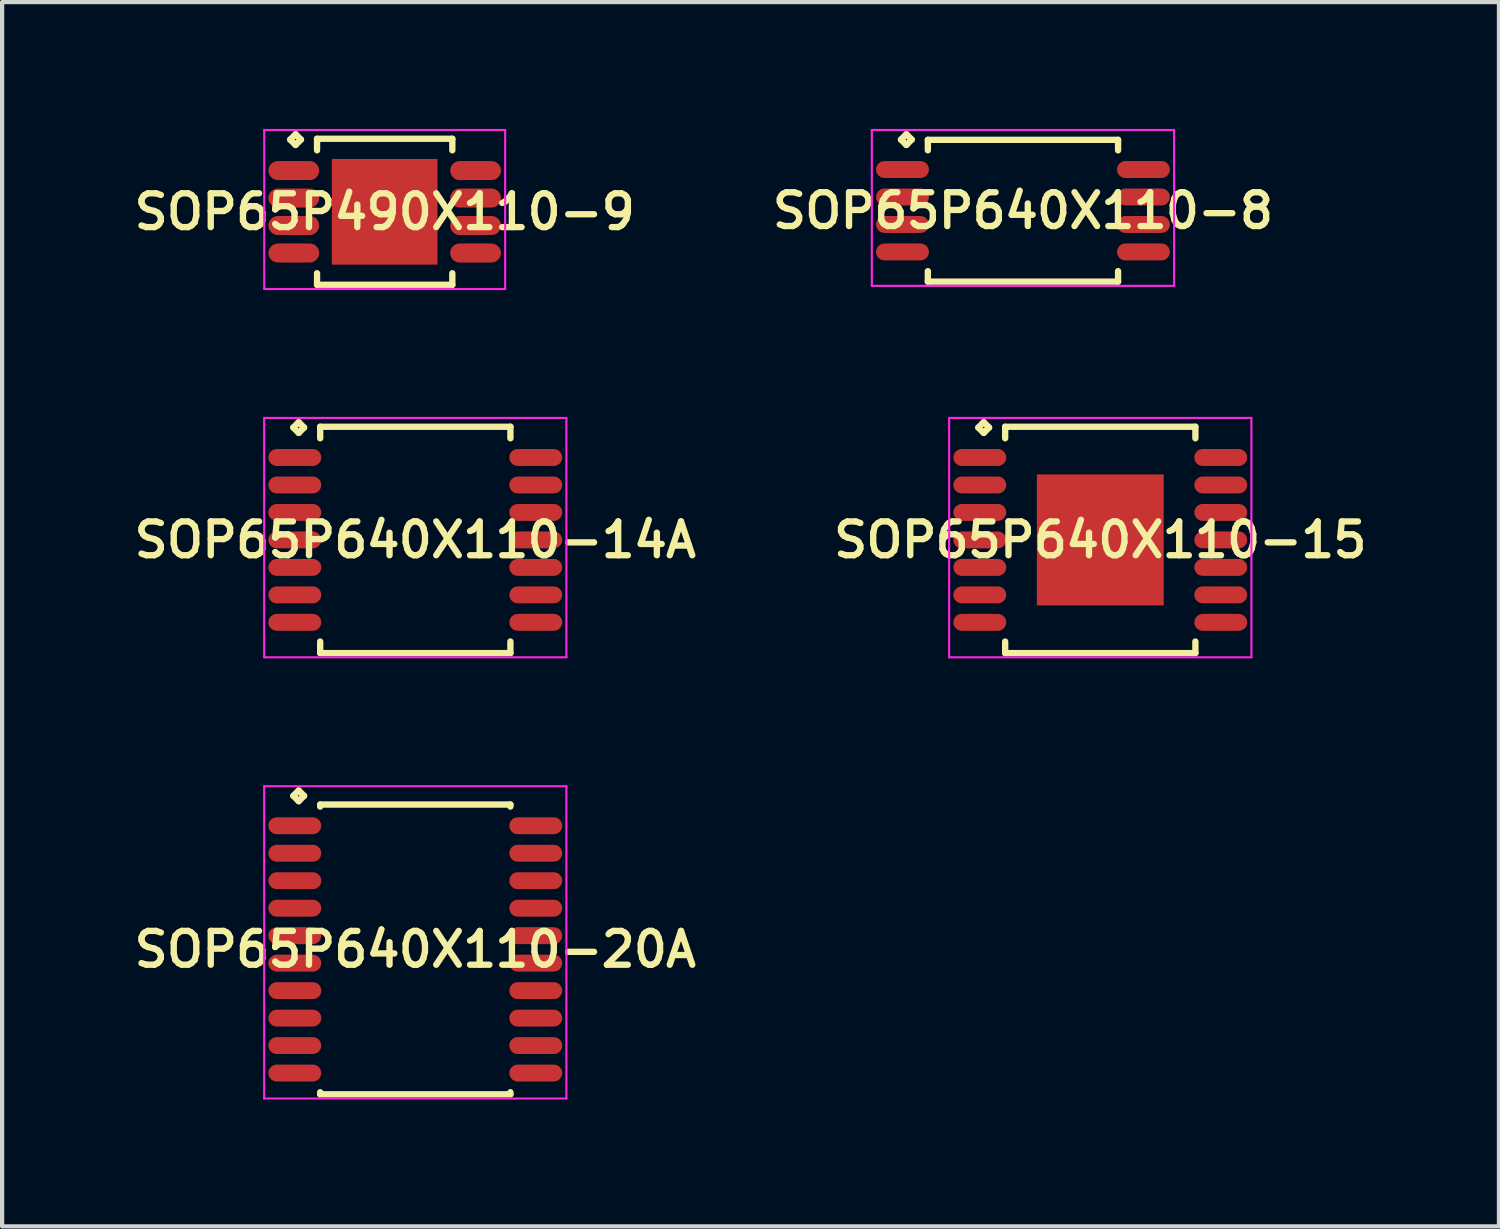
<source format=kicad_pcb>
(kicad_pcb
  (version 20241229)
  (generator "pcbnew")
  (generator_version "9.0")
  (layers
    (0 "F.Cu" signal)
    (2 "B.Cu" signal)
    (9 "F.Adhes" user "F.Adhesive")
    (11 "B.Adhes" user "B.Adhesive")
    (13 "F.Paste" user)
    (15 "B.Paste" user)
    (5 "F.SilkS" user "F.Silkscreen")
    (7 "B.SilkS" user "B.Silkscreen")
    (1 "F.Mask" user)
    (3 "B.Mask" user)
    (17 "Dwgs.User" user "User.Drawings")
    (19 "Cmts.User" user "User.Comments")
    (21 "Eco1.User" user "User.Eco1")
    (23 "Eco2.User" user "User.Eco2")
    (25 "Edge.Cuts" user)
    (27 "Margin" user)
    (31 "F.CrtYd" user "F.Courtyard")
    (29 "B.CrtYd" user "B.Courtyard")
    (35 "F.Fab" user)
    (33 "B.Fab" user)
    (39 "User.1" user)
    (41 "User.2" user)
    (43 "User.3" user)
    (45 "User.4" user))
  (footprint "SOP65P640X110-20A"
    (layer "F.Cu")
    (at 6.774 19.409)
    (property "Reference" "SOP65P640X110-20A" (at 0 0 0) (layer "F.SilkS") (effects (font (size 0.8 0.8) (thickness 0.15))))
    (attr smd)
    (fp_line (start -2.885 -3.633) (end -2.758 -3.76) (stroke (width 0.15) (type solid)) (layer "F.SilkS"))
    (fp_line (start -2.758 -3.76) (end -2.631 -3.633) (stroke (width 0.15) (type solid)) (layer "F.SilkS"))
    (fp_line (start -2.758 -3.506) (end -2.885 -3.633) (stroke (width 0.15) (type solid)) (layer "F.SilkS"))
    (fp_line (start -2.631 -3.633) (end -2.758 -3.506) (stroke (width 0.15) (type solid)) (layer "F.SilkS"))
    (fp_line (start -2.25 -3.427) (end 2.25 -3.427) (stroke (width 0.15) (type solid)) (layer "F.SilkS"))
    (fp_line (start -2.25 -3.379) (end -2.25 -3.427) (stroke (width 0.15) (type solid)) (layer "F.SilkS"))
    (fp_line (start -2.25 3.379) (end -2.25 3.427) (stroke (width 0.15) (type solid)) (layer "F.SilkS"))
    (fp_line (start -2.25 3.427) (end 2.25 3.427) (stroke (width 0.15) (type solid)) (layer "F.SilkS"))
    (fp_line (start 2.25 -3.427) (end 2.25 -3.379) (stroke (width 0.15) (type solid)) (layer "F.SilkS"))
    (fp_line (start 2.25 3.427) (end 2.25 3.379) (stroke (width 0.15) (type solid)) (layer "F.SilkS"))
    (fp_line (start -3.575 -3.86) (end 3.575 -3.86) (stroke (width 0.05) (type solid)) (layer "F.CrtYd"))
    (fp_line (start -3.575 3.527) (end -3.575 -3.86) (stroke (width 0.05) (type solid)) (layer "F.CrtYd"))
    (fp_line (start 3.575 -3.86) (end 3.575 3.527) (stroke (width 0.05) (type solid)) (layer "F.CrtYd"))
    (fp_line (start 3.575 3.527) (end -3.575 3.527) (stroke (width 0.05) (type solid)) (layer "F.CrtYd"))
    (pad "1" smd oval (at -2.85 -2.925) (size 1.25 0.4) (layers "F.Cu" "F.Mask" "F.Paste"))
    (pad "2" smd oval (at -2.85 -2.275) (size 1.25 0.4) (layers "F.Cu" "F.Mask" "F.Paste"))
    (pad "3" smd oval (at -2.85 -1.625) (size 1.25 0.4) (layers "F.Cu" "F.Mask" "F.Paste"))
    (pad "4" smd oval (at -2.85 -0.975) (size 1.25 0.4) (layers "F.Cu" "F.Mask" "F.Paste"))
    (pad "5" smd oval (at -2.85 -0.325) (size 1.25 0.4) (layers "F.Cu" "F.Mask" "F.Paste"))
    (pad "6" smd oval (at -2.85 0.325) (size 1.25 0.4) (layers "F.Cu" "F.Mask" "F.Paste"))
    (pad "7" smd oval (at -2.85 0.975) (size 1.25 0.4) (layers "F.Cu" "F.Mask" "F.Paste"))
    (pad "8" smd oval (at -2.85 1.625) (size 1.25 0.4) (layers "F.Cu" "F.Mask" "F.Paste"))
    (pad "9" smd oval (at -2.85 2.275) (size 1.25 0.4) (layers "F.Cu" "F.Mask" "F.Paste"))
    (pad "10" smd oval (at -2.85 2.925) (size 1.25 0.4) (layers "F.Cu" "F.Mask" "F.Paste"))
    (pad "11" smd oval (at 2.85 2.925) (size 1.25 0.4) (layers "F.Cu" "F.Mask" "F.Paste"))
    (pad "12" smd oval (at 2.85 2.275) (size 1.25 0.4) (layers "F.Cu" "F.Mask" "F.Paste"))
    (pad "13" smd oval (at 2.85 1.625) (size 1.25 0.4) (layers "F.Cu" "F.Mask" "F.Paste"))
    (pad "14" smd oval (at 2.85 0.975) (size 1.25 0.4) (layers "F.Cu" "F.Mask" "F.Paste"))
    (pad "15" smd oval (at 2.85 0.325) (size 1.25 0.4) (layers "F.Cu" "F.Mask" "F.Paste"))
    (pad "16" smd oval (at 2.85 -0.325) (size 1.25 0.4) (layers "F.Cu" "F.Mask" "F.Paste"))
    (pad "17" smd oval (at 2.85 -0.975) (size 1.25 0.4) (layers "F.Cu" "F.Mask" "F.Paste"))
    (pad "18" smd oval (at 2.85 -1.625) (size 1.25 0.4) (layers "F.Cu" "F.Mask" "F.Paste"))
    (pad "19" smd oval (at 2.85 -2.275) (size 1.25 0.4) (layers "F.Cu" "F.Mask" "F.Paste"))
    (pad "20" smd oval (at 2.85 -2.925) (size 1.25 0.4) (layers "F.Cu" "F.Mask" "F.Paste")))
  (footprint "SOP65P640X110-8"
    (layer "F.Cu")
    (at 21.149 1.935)
    (property "Reference" "SOP65P640X110-8" (at 0 0 0) (layer "F.SilkS") (effects (font (size 0.8 0.8) (thickness 0.15))))
    (attr smd)
    (fp_line (start -2.885 -1.683) (end -2.758 -1.81) (stroke (width 0.15) (type solid)) (layer "F.SilkS"))
    (fp_line (start -2.758 -1.81) (end -2.631 -1.683) (stroke (width 0.15) (type solid)) (layer "F.SilkS"))
    (fp_line (start -2.758 -1.556) (end -2.885 -1.683) (stroke (width 0.15) (type solid)) (layer "F.SilkS"))
    (fp_line (start -2.631 -1.683) (end -2.758 -1.556) (stroke (width 0.15) (type solid)) (layer "F.SilkS"))
    (fp_line (start -2.25 -1.677) (end 2.25 -1.677) (stroke (width 0.15) (type solid)) (layer "F.SilkS"))
    (fp_line (start -2.25 -1.429) (end -2.25 -1.677) (stroke (width 0.15) (type solid)) (layer "F.SilkS"))
    (fp_line (start -2.25 1.429) (end -2.25 1.677) (stroke (width 0.15) (type solid)) (layer "F.SilkS"))
    (fp_line (start -2.25 1.677) (end 2.25 1.677) (stroke (width 0.15) (type solid)) (layer "F.SilkS"))
    (fp_line (start 2.25 -1.677) (end 2.25 -1.429) (stroke (width 0.15) (type solid)) (layer "F.SilkS"))
    (fp_line (start 2.25 1.677) (end 2.25 1.429) (stroke (width 0.15) (type solid)) (layer "F.SilkS"))
    (fp_line (start -3.575 -1.91) (end 3.575 -1.91) (stroke (width 0.05) (type solid)) (layer "F.CrtYd"))
    (fp_line (start -3.575 1.777) (end -3.575 -1.91) (stroke (width 0.05) (type solid)) (layer "F.CrtYd"))
    (fp_line (start 3.575 -1.91) (end 3.575 1.777) (stroke (width 0.05) (type solid)) (layer "F.CrtYd"))
    (fp_line (start 3.575 1.777) (end -3.575 1.777) (stroke (width 0.05) (type solid)) (layer "F.CrtYd"))
    (pad "1" smd oval (at -2.85 -0.975) (size 1.25 0.4) (layers "F.Cu" "F.Mask" "F.Paste"))
    (pad "2" smd oval (at -2.85 -0.325) (size 1.25 0.4) (layers "F.Cu" "F.Mask" "F.Paste"))
    (pad "3" smd oval (at -2.85 0.325) (size 1.25 0.4) (layers "F.Cu" "F.Mask" "F.Paste"))
    (pad "4" smd oval (at -2.85 0.975) (size 1.25 0.4) (layers "F.Cu" "F.Mask" "F.Paste"))
    (pad "5" smd oval (at 2.85 0.975) (size 1.25 0.4) (layers "F.Cu" "F.Mask" "F.Paste"))
    (pad "6" smd oval (at 2.85 0.325) (size 1.25 0.4) (layers "F.Cu" "F.Mask" "F.Paste"))
    (pad "7" smd oval (at 2.85 -0.325) (size 1.25 0.4) (layers "F.Cu" "F.Mask" "F.Paste"))
    (pad "8" smd oval (at 2.85 -0.975) (size 1.25 0.4) (layers "F.Cu" "F.Mask" "F.Paste")))
  (footprint "SOP65P640X110-14A"
    (layer "F.Cu")
    (at 6.774 9.722)
    (property "Reference" "SOP65P640X110-14A" (at 0 0 0) (layer "F.SilkS") (effects (font (size 0.8 0.8) (thickness 0.15))))
    (attr smd)
    (fp_line (start -2.885 -2.658) (end -2.758 -2.785) (stroke (width 0.15) (type solid)) (layer "F.SilkS"))
    (fp_line (start -2.758 -2.785) (end -2.631 -2.658) (stroke (width 0.15) (type solid)) (layer "F.SilkS"))
    (fp_line (start -2.758 -2.531) (end -2.885 -2.658) (stroke (width 0.15) (type solid)) (layer "F.SilkS"))
    (fp_line (start -2.631 -2.658) (end -2.758 -2.531) (stroke (width 0.15) (type solid)) (layer "F.SilkS"))
    (fp_line (start -2.25 -2.677) (end 2.25 -2.677) (stroke (width 0.15) (type solid)) (layer "F.SilkS"))
    (fp_line (start -2.25 -2.404) (end -2.25 -2.677) (stroke (width 0.15) (type solid)) (layer "F.SilkS"))
    (fp_line (start -2.25 2.404) (end -2.25 2.677) (stroke (width 0.15) (type solid)) (layer "F.SilkS"))
    (fp_line (start -2.25 2.677) (end 2.25 2.677) (stroke (width 0.15) (type solid)) (layer "F.SilkS"))
    (fp_line (start 2.25 -2.677) (end 2.25 -2.404) (stroke (width 0.15) (type solid)) (layer "F.SilkS"))
    (fp_line (start 2.25 2.677) (end 2.25 2.404) (stroke (width 0.15) (type solid)) (layer "F.SilkS"))
    (fp_line (start -3.575 -2.885) (end 3.575 -2.885) (stroke (width 0.05) (type solid)) (layer "F.CrtYd"))
    (fp_line (start -3.575 2.777) (end -3.575 -2.885) (stroke (width 0.05) (type solid)) (layer "F.CrtYd"))
    (fp_line (start 3.575 -2.885) (end 3.575 2.777) (stroke (width 0.05) (type solid)) (layer "F.CrtYd"))
    (fp_line (start 3.575 2.777) (end -3.575 2.777) (stroke (width 0.05) (type solid)) (layer "F.CrtYd"))
    (pad "1" smd oval (at -2.85 -1.95) (size 1.25 0.4) (layers "F.Cu" "F.Mask" "F.Paste"))
    (pad "2" smd oval (at -2.85 -1.3) (size 1.25 0.4) (layers "F.Cu" "F.Mask" "F.Paste"))
    (pad "3" smd oval (at -2.85 -0.65) (size 1.25 0.4) (layers "F.Cu" "F.Mask" "F.Paste"))
    (pad "4" smd oval (at -2.85 0) (size 1.25 0.4) (layers "F.Cu" "F.Mask" "F.Paste"))
    (pad "5" smd oval (at -2.85 0.65) (size 1.25 0.4) (layers "F.Cu" "F.Mask" "F.Paste"))
    (pad "6" smd oval (at -2.85 1.3) (size 1.25 0.4) (layers "F.Cu" "F.Mask" "F.Paste"))
    (pad "7" smd oval (at -2.85 1.95) (size 1.25 0.4) (layers "F.Cu" "F.Mask" "F.Paste"))
    (pad "8" smd oval (at 2.85 1.95) (size 1.25 0.4) (layers "F.Cu" "F.Mask" "F.Paste"))
    (pad "9" smd oval (at 2.85 1.3) (size 1.25 0.4) (layers "F.Cu" "F.Mask" "F.Paste"))
    (pad "10" smd oval (at 2.85 0.65) (size 1.25 0.4) (layers "F.Cu" "F.Mask" "F.Paste"))
    (pad "11" smd oval (at 2.85 0) (size 1.25 0.4) (layers "F.Cu" "F.Mask" "F.Paste"))
    (pad "12" smd oval (at 2.85 -0.65) (size 1.25 0.4) (layers "F.Cu" "F.Mask" "F.Paste"))
    (pad "13" smd oval (at 2.85 -1.3) (size 1.25 0.4) (layers "F.Cu" "F.Mask" "F.Paste"))
    (pad "14" smd oval (at 2.85 -1.95) (size 1.25 0.4) (layers "F.Cu" "F.Mask" "F.Paste")))
  (footprint "SOP65P640X110-15"
    (layer "F.Cu")
    (at 22.978 9.722)
    (property "Reference" "SOP65P640X110-15" (at 0 0 0) (layer "F.SilkS") (effects (font (size 0.8 0.8) (thickness 0.15))))
    (attr smd)
    (fp_line (start -2.885 -2.658) (end -2.758 -2.785) (stroke (width 0.15) (type solid)) (layer "F.SilkS"))
    (fp_line (start -2.758 -2.785) (end -2.631 -2.658) (stroke (width 0.15) (type solid)) (layer "F.SilkS"))
    (fp_line (start -2.758 -2.531) (end -2.885 -2.658) (stroke (width 0.15) (type solid)) (layer "F.SilkS"))
    (fp_line (start -2.631 -2.658) (end -2.758 -2.531) (stroke (width 0.15) (type solid)) (layer "F.SilkS"))
    (fp_line (start -2.25 -2.677) (end 2.25 -2.677) (stroke (width 0.15) (type solid)) (layer "F.SilkS"))
    (fp_line (start -2.25 -2.404) (end -2.25 -2.677) (stroke (width 0.15) (type solid)) (layer "F.SilkS"))
    (fp_line (start -2.25 2.404) (end -2.25 2.677) (stroke (width 0.15) (type solid)) (layer "F.SilkS"))
    (fp_line (start -2.25 2.677) (end 2.25 2.677) (stroke (width 0.15) (type solid)) (layer "F.SilkS"))
    (fp_line (start 2.25 -2.677) (end 2.25 -2.404) (stroke (width 0.15) (type solid)) (layer "F.SilkS"))
    (fp_line (start 2.25 2.677) (end 2.25 2.404) (stroke (width 0.15) (type solid)) (layer "F.SilkS"))
    (fp_line (start -3.575 -2.885) (end 3.575 -2.885) (stroke (width 0.05) (type solid)) (layer "F.CrtYd"))
    (fp_line (start -3.575 2.777) (end -3.575 -2.885) (stroke (width 0.05) (type solid)) (layer "F.CrtYd"))
    (fp_line (start 3.575 -2.885) (end 3.575 2.777) (stroke (width 0.05) (type solid)) (layer "F.CrtYd"))
    (fp_line (start 3.575 2.777) (end -3.575 2.777) (stroke (width 0.05) (type solid)) (layer "F.CrtYd"))
    (pad "1" smd oval (at -2.85 -1.95) (size 1.25 0.4) (layers "F.Cu" "F.Mask" "F.Paste"))
    (pad "2" smd oval (at -2.85 -1.3) (size 1.25 0.4) (layers "F.Cu" "F.Mask" "F.Paste"))
    (pad "3" smd oval (at -2.85 -0.65) (size 1.25 0.4) (layers "F.Cu" "F.Mask" "F.Paste"))
    (pad "4" smd oval (at -2.85 0) (size 1.25 0.4) (layers "F.Cu" "F.Mask" "F.Paste"))
    (pad "5" smd oval (at -2.85 0.65) (size 1.25 0.4) (layers "F.Cu" "F.Mask" "F.Paste"))
    (pad "6" smd oval (at -2.85 1.3) (size 1.25 0.4) (layers "F.Cu" "F.Mask" "F.Paste"))
    (pad "7" smd oval (at -2.85 1.95) (size 1.25 0.4) (layers "F.Cu" "F.Mask" "F.Paste"))
    (pad "8" smd oval (at 2.85 1.95) (size 1.25 0.4) (layers "F.Cu" "F.Mask" "F.Paste"))
    (pad "9" smd oval (at 2.85 1.3) (size 1.25 0.4) (layers "F.Cu" "F.Mask" "F.Paste"))
    (pad "10" smd oval (at 2.85 0.65) (size 1.25 0.4) (layers "F.Cu" "F.Mask" "F.Paste"))
    (pad "11" smd oval (at 2.85 0) (size 1.25 0.4) (layers "F.Cu" "F.Mask" "F.Paste"))
    (pad "12" smd oval (at 2.85 -0.65) (size 1.25 0.4) (layers "F.Cu" "F.Mask" "F.Paste"))
    (pad "13" smd oval (at 2.85 -1.3) (size 1.25 0.4) (layers "F.Cu" "F.Mask" "F.Paste"))
    (pad "14" smd oval (at 2.85 -1.95) (size 1.25 0.4) (layers "F.Cu" "F.Mask" "F.Paste"))
    (pad "15" smd rect (at 0 0) (size 3 3.1) (layers "F.Cu" "F.Mask" "F.Paste")))
  (footprint "SOP65P490X110-9"
    (layer "F.Cu")
    (at 6.05 1.96)
    (property "Reference" "SOP65P490X110-9" (at 0 0 0) (layer "F.SilkS") (effects (font (size 0.8 0.8) (thickness 0.15))))
    (attr smd)
    (fp_line (start -2.235 -1.708) (end -2.108 -1.835) (stroke (width 0.15) (type solid)) (layer "F.SilkS"))
    (fp_line (start -2.108 -1.835) (end -1.981 -1.708) (stroke (width 0.15) (type solid)) (layer "F.SilkS"))
    (fp_line (start -2.108 -1.581) (end -2.235 -1.708) (stroke (width 0.15) (type solid)) (layer "F.SilkS"))
    (fp_line (start -1.981 -1.708) (end -2.108 -1.581) (stroke (width 0.15) (type solid)) (layer "F.SilkS"))
    (fp_line (start -1.6 -1.727) (end 1.6 -1.727) (stroke (width 0.15) (type solid)) (layer "F.SilkS"))
    (fp_line (start -1.6 -1.454) (end -1.6 -1.727) (stroke (width 0.15) (type solid)) (layer "F.SilkS"))
    (fp_line (start -1.6 1.454) (end -1.6 1.727) (stroke (width 0.15) (type solid)) (layer "F.SilkS"))
    (fp_line (start -1.6 1.727) (end 1.6 1.727) (stroke (width 0.15) (type solid)) (layer "F.SilkS"))
    (fp_line (start 1.6 -1.727) (end 1.6 -1.454) (stroke (width 0.15) (type solid)) (layer "F.SilkS"))
    (fp_line (start 1.6 1.727) (end 1.6 1.454) (stroke (width 0.15) (type solid)) (layer "F.SilkS"))
    (fp_line (start -2.85 -1.935) (end 2.85 -1.935) (stroke (width 0.05) (type solid)) (layer "F.CrtYd"))
    (fp_line (start -2.85 1.827) (end -2.85 -1.935) (stroke (width 0.05) (type solid)) (layer "F.CrtYd"))
    (fp_line (start 2.85 -1.935) (end 2.85 1.827) (stroke (width 0.05) (type solid)) (layer "F.CrtYd"))
    (fp_line (start 2.85 1.827) (end -2.85 1.827) (stroke (width 0.05) (type solid)) (layer "F.CrtYd"))
    (pad "1" smd oval (at -2.15 -0.975) (size 1.2 0.45) (layers "F.Cu" "F.Mask" "F.Paste"))
    (pad "2" smd oval (at -2.15 -0.325) (size 1.2 0.45) (layers "F.Cu" "F.Mask" "F.Paste"))
    (pad "3" smd oval (at -2.15 0.325) (size 1.2 0.45) (layers "F.Cu" "F.Mask" "F.Paste"))
    (pad "4" smd oval (at -2.15 0.975) (size 1.2 0.45) (layers "F.Cu" "F.Mask" "F.Paste"))
    (pad "5" smd oval (at 2.15 0.975) (size 1.2 0.45) (layers "F.Cu" "F.Mask" "F.Paste"))
    (pad "6" smd oval (at 2.15 0.325) (size 1.2 0.45) (layers "F.Cu" "F.Mask" "F.Paste"))
    (pad "7" smd oval (at 2.15 -0.325) (size 1.2 0.45) (layers "F.Cu" "F.Mask" "F.Paste"))
    (pad "8" smd oval (at 2.15 -0.975) (size 1.2 0.45) (layers "F.Cu" "F.Mask" "F.Paste"))
    (pad "9" smd rect (at 0 0) (size 2.5 2.5) (layers "F.Cu" "F.Mask" "F.Paste")))
  (gr_rect
    (start -3 -3)
    (end 32.409 25.961)
    (stroke (width 0.1) (type default))
    (fill no)
    (layer "Edge.Cuts")))
</source>
